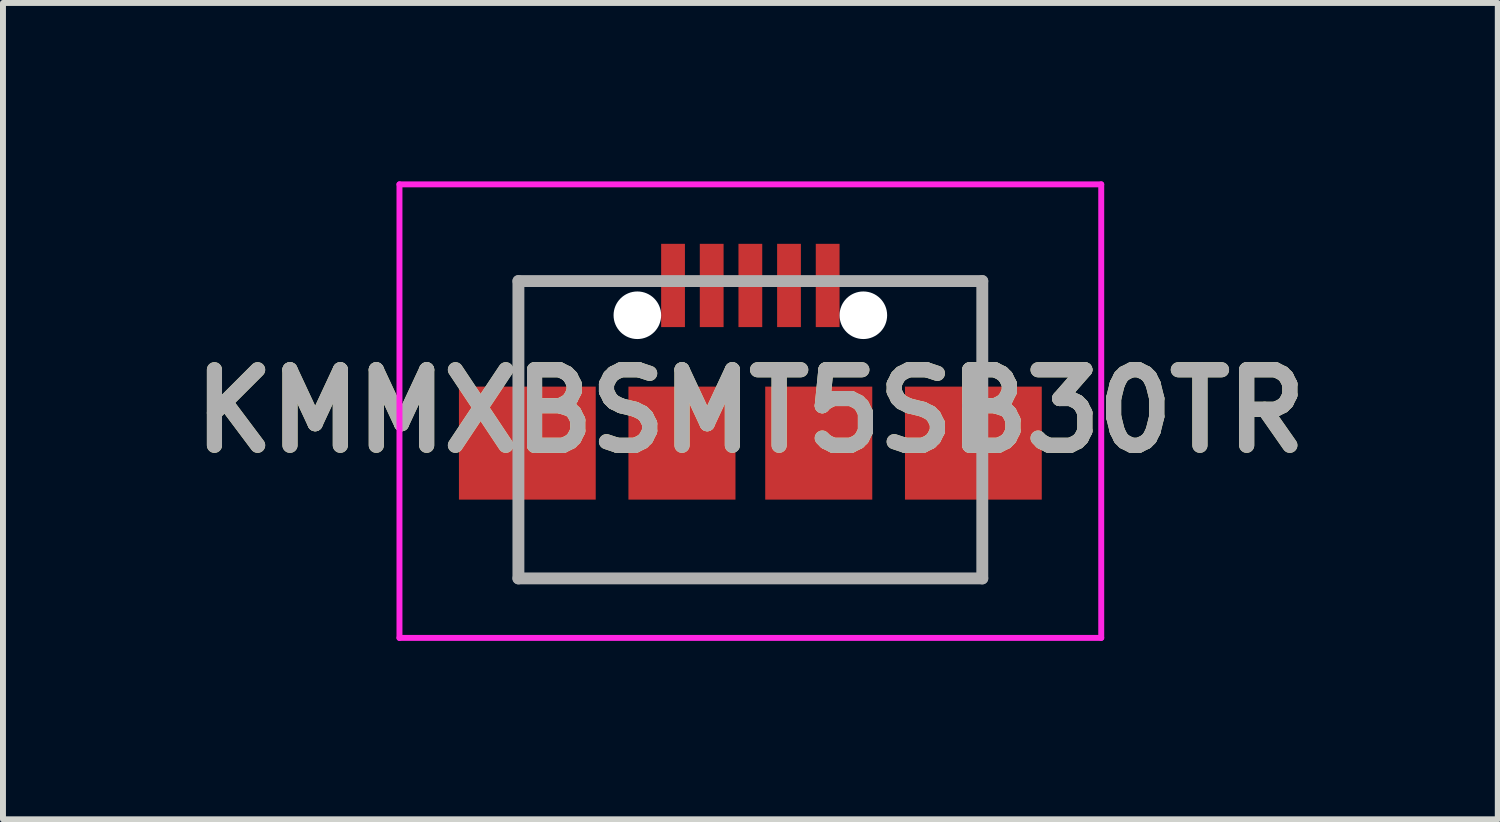
<source format=kicad_pcb>
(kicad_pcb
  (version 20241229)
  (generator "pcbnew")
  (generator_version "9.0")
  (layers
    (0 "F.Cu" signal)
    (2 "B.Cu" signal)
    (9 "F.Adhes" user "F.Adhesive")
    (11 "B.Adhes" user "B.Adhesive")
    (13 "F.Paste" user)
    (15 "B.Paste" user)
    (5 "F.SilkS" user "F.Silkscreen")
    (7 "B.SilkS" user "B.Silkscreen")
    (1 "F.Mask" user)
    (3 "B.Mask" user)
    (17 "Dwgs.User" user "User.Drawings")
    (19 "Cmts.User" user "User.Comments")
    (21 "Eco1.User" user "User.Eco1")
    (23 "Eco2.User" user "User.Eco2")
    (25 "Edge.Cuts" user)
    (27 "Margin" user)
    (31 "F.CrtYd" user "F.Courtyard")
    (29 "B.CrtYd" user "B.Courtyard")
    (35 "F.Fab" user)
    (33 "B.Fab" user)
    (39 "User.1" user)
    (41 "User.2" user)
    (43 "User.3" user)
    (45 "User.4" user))
  (footprint "KMMXBSMT5SB30TR"
    (layer "F.Cu")
    (at 9.567 3.863)
    (property "Reference" "KMMXBSMT5SB30TR" (at 0 0 0) (layer "F.SilkS") (effects (font (size 1.27 1.27) (thickness 0.254))))
    (attr through_hole)
    (fp_line (start -3.9 -2.187) (end -3.9 -1.187) (stroke (width 0.1) (type solid)) (layer "F.SilkS"))
    (fp_line (start -3.9 1.813) (end -3.9 2.813) (stroke (width 0.1) (type solid)) (layer "F.SilkS"))
    (fp_line (start -3.9 2.813) (end 3.9 2.813) (stroke (width 0.1) (type solid)) (layer "F.SilkS"))
    (fp_line (start -3 -2.187) (end -3.9 -2.187) (stroke (width 0.1) (type solid)) (layer "F.SilkS"))
    (fp_line (start 3 -2.187) (end 3.9 -2.187) (stroke (width 0.1) (type solid)) (layer "F.SilkS"))
    (fp_line (start 3.9 -2.187) (end 3.9 -1.187) (stroke (width 0.1) (type solid)) (layer "F.SilkS"))
    (fp_line (start 3.9 2.813) (end 3.9 1.813) (stroke (width 0.1) (type solid)) (layer "F.SilkS"))
    (fp_line (start -5.9 -3.813) (end 5.9 -3.813) (stroke (width 0.1) (type solid)) (layer "F.CrtYd"))
    (fp_line (start -5.9 3.813) (end -5.9 -3.813) (stroke (width 0.1) (type solid)) (layer "F.CrtYd"))
    (fp_line (start 5.9 -3.813) (end 5.9 3.813) (stroke (width 0.1) (type solid)) (layer "F.CrtYd"))
    (fp_line (start 5.9 3.813) (end -5.9 3.813) (stroke (width 0.1) (type solid)) (layer "F.CrtYd"))
    (fp_line (start -3.9 -2.187) (end 3.9 -2.187) (stroke (width 0.2) (type solid)) (layer "F.Fab"))
    (fp_line (start -3.9 2.813) (end -3.9 -2.187) (stroke (width 0.2) (type solid)) (layer "F.Fab"))
    (fp_line (start 3.9 -2.187) (end 3.9 2.813) (stroke (width 0.2) (type solid)) (layer "F.Fab"))
    (fp_line (start 3.9 2.813) (end -3.9 2.813) (stroke (width 0.2) (type solid)) (layer "F.Fab"))
    (fp_text user "${REFERENCE}" (at 0 0 0) (layer "F.Fab") (effects (font (size 1.27 1.27) (thickness 0.254))))
    (pad "" np_thru_hole circle (at -1.9 -1.612) (size 0.8 0.8) (drill 0.8) (layers "*.Cu" "*.Mask"))
    (pad "" np_thru_hole circle (at 1.9 -1.612) (size 0.8 0.8) (drill 0.8) (layers "*.Cu" "*.Mask"))
    (pad "1" smd rect (at -1.3 -2.113) (size 0.4 1.4) (layers "F.Cu" "F.Mask" "F.Paste"))
    (pad "2" smd rect (at -0.65 -2.113) (size 0.4 1.4) (layers "F.Cu" "F.Mask" "F.Paste"))
    (pad "3" smd rect (at 0 -2.113) (size 0.4 1.4) (layers "F.Cu" "F.Mask" "F.Paste"))
    (pad "4" smd rect (at 0.65 -2.113) (size 0.4 1.4) (layers "F.Cu" "F.Mask" "F.Paste"))
    (pad "5" smd rect (at 1.3 -2.113) (size 0.4 1.4) (layers "F.Cu" "F.Mask" "F.Paste"))
    (pad "6" smd rect (at -3.75 0.538 90) (size 1.9 2.3) (layers "F.Cu" "F.Mask" "F.Paste"))
    (pad "7" smd rect (at -1.15 0.538) (size 1.8 1.9) (layers "F.Cu" "F.Mask" "F.Paste"))
    (pad "8" smd rect (at 1.15 0.538) (size 1.8 1.9) (layers "F.Cu" "F.Mask" "F.Paste"))
    (pad "9" smd rect (at 3.75 0.538 90) (size 1.9 2.3) (layers "F.Cu" "F.Mask" "F.Paste")))
  (gr_rect
    (start -3 -3)
    (end 22.135 10.726)
    (stroke (width 0.1) (type default))
    (fill no)
    (layer "Edge.Cuts")))
</source>
